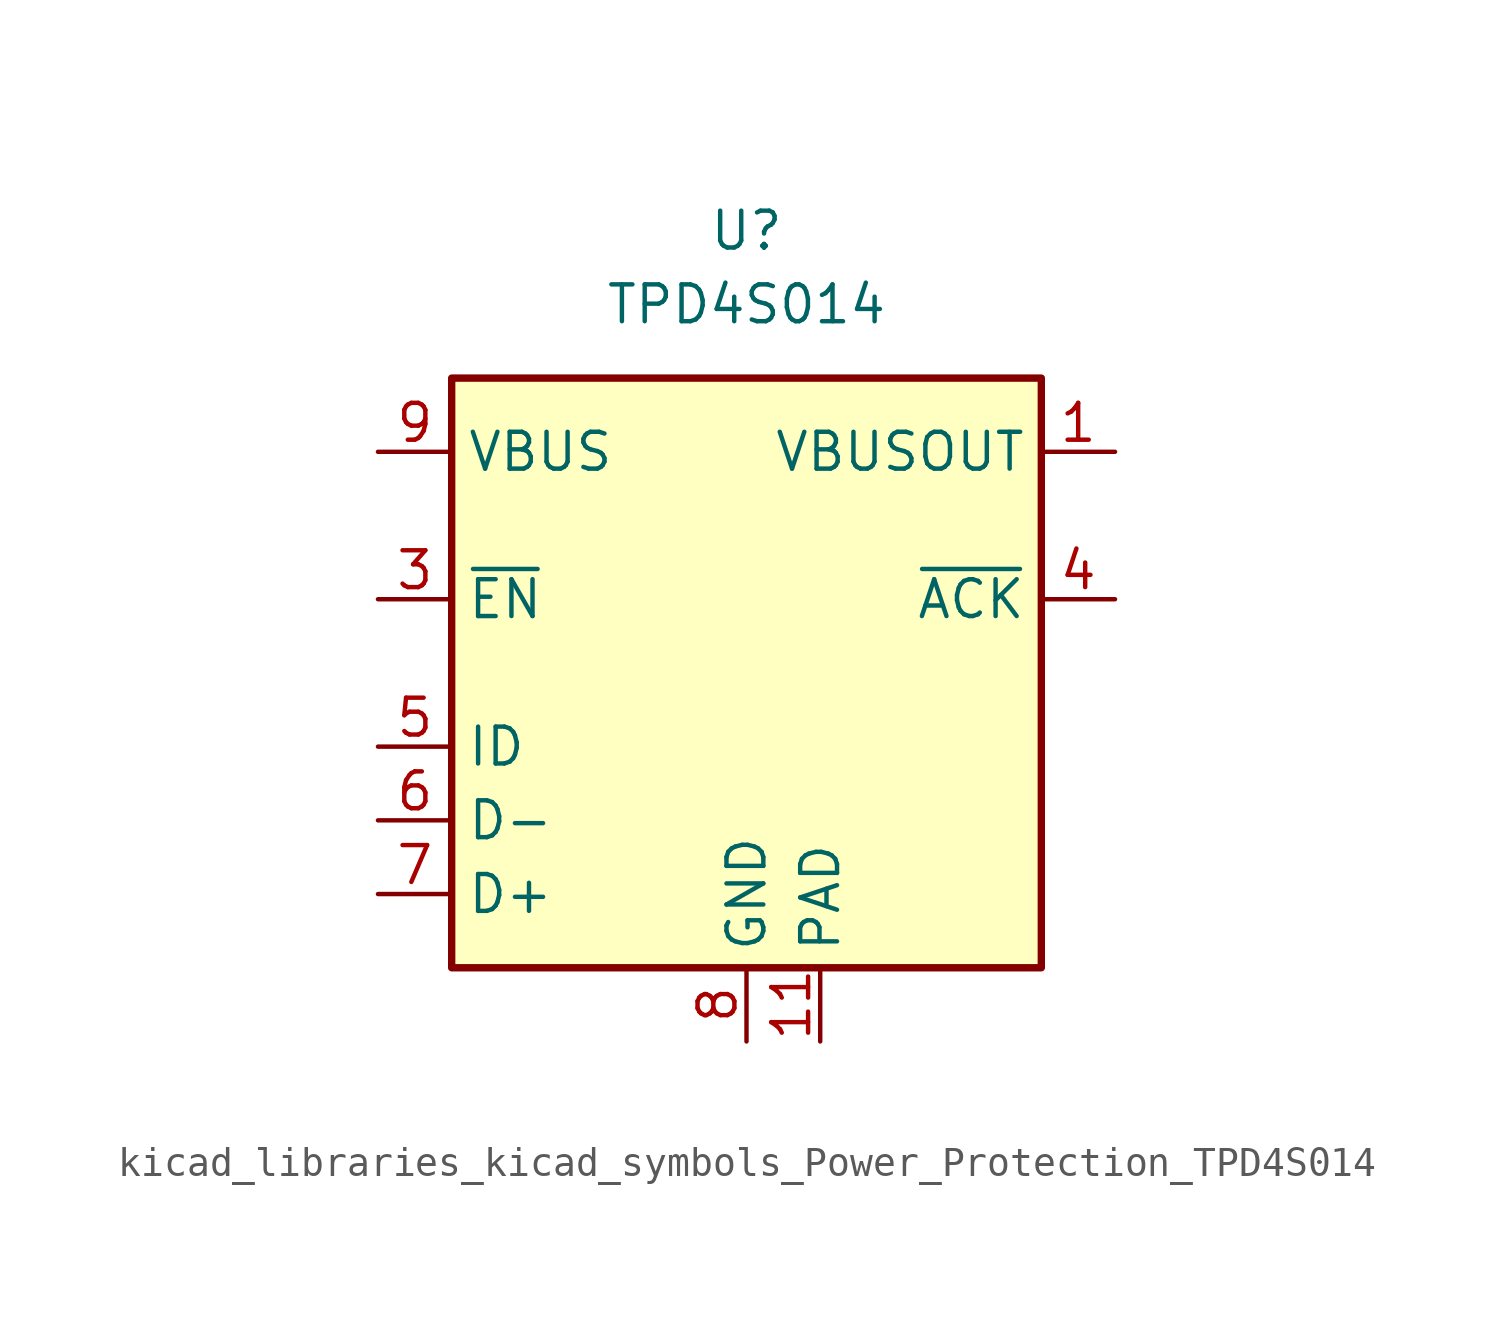
<source format=kicad_sym>
(kicad_symbol_lib
  (version 20220914)
  (generator kicad_symbol_editor)
  (symbol "kicad_libraries_kicad_symbols_Power_Protection_TPD4S014"
    (property "Reference" "U"
      (at 0 15.24 0)
      (effects (font (size 1.27 1.27))))
    (property "Value" "TPD4S014"
      (at 0 12.7 0)
      (effects (font (size 1.27 1.27))))
    (symbol "kicad_libraries_kicad_symbols_Power_Protection_TPD4S014_0_1"
      (rectangle (start -10.16 10.16) (end 10.16 -10.16) (stroke (width 0.254) (type default)) (fill (type background))))
    (symbol "kicad_libraries_kicad_symbols_Power_Protection_TPD4S014_1_1"
      (pin power_out line (at 12.7 7.62 180) (length 2.54) (name "VBUSOUT" (effects (font (size 1.27 1.27)))) (number "1" (effects (font (size 1.27 1.27)))))
      (pin passive line (at -12.7 7.62 0) (length 2.54) hide (name "VBUS" (effects (font (size 1.27 1.27)))) (number "10" (effects (font (size 1.27 1.27)))))
      (pin power_in line (at 2.54 -12.7 90) (length 2.54) (name "PAD" (effects (font (size 1.27 1.27)))) (number "11" (effects (font (size 1.27 1.27)))))
      (pin passive line (at 12.7 7.62 180) (length 2.54) hide (name "VBUSOUT" (effects (font (size 1.27 1.27)))) (number "2" (effects (font (size 1.27 1.27)))))
      (pin input line (at -12.7 2.54 0) (length 2.54) (name "~{EN}" (effects (font (size 1.27 1.27)))) (number "3" (effects (font (size 1.27 1.27)))))
      (pin open_collector line (at 12.7 2.54 180) (length 2.54) (name "~{ACK}" (effects (font (size 1.27 1.27)))) (number "4" (effects (font (size 1.27 1.27)))))
      (pin passive line (at -12.7 -2.54 0) (length 2.54) (name "ID" (effects (font (size 1.27 1.27)))) (number "5" (effects (font (size 1.27 1.27)))))
      (pin passive line (at -12.7 -5.08 0) (length 2.54) (name "D-" (effects (font (size 1.27 1.27)))) (number "6" (effects (font (size 1.27 1.27)))))
      (pin passive line (at -12.7 -7.62 0) (length 2.54) (name "D+" (effects (font (size 1.27 1.27)))) (number "7" (effects (font (size 1.27 1.27)))))
      (pin power_in line (at 0 -12.7 90) (length 2.54) (name "GND" (effects (font (size 1.27 1.27)))) (number "8" (effects (font (size 1.27 1.27)))))
      (pin power_in line (at -12.7 7.62 0) (length 2.54) (name "VBUS" (effects (font (size 1.27 1.27)))) (number "9" (effects (font (size 1.27 1.27))))))))
</source>
